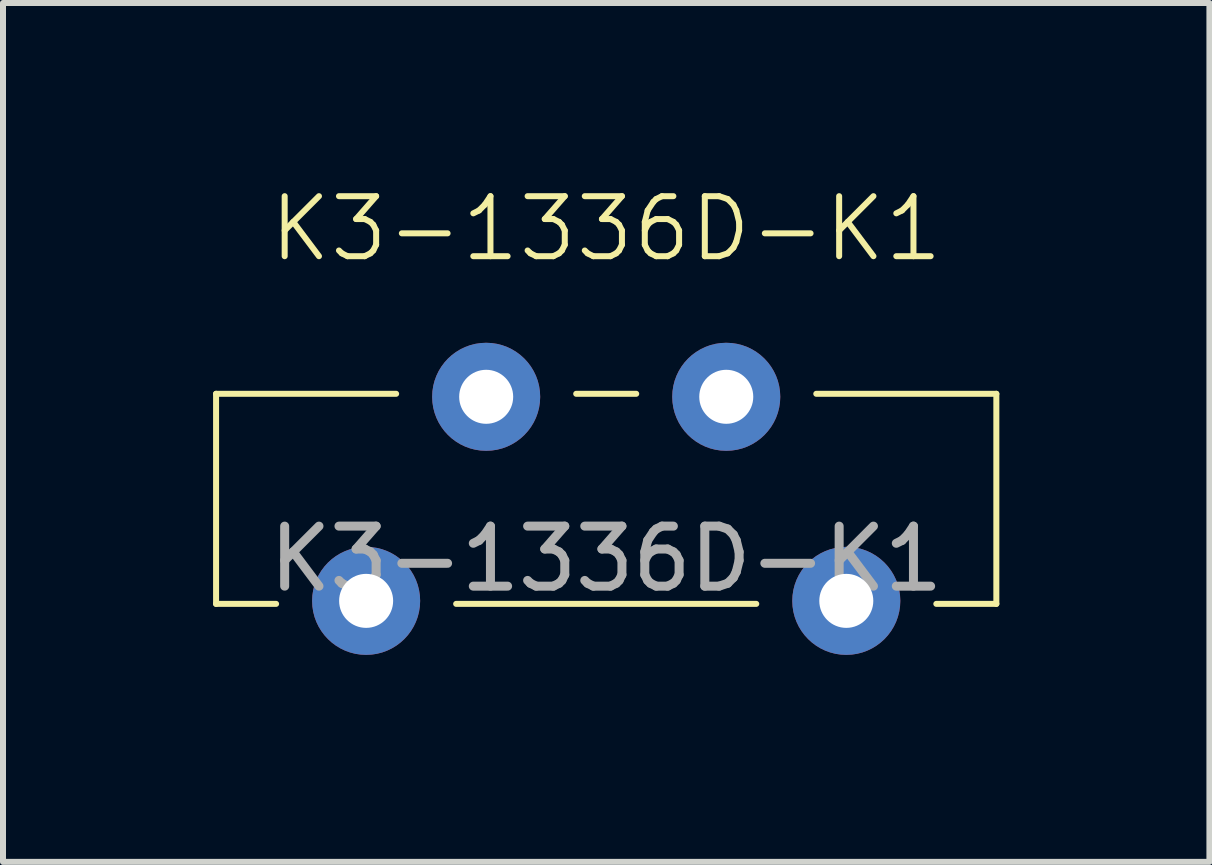
<source format=kicad_pcb>
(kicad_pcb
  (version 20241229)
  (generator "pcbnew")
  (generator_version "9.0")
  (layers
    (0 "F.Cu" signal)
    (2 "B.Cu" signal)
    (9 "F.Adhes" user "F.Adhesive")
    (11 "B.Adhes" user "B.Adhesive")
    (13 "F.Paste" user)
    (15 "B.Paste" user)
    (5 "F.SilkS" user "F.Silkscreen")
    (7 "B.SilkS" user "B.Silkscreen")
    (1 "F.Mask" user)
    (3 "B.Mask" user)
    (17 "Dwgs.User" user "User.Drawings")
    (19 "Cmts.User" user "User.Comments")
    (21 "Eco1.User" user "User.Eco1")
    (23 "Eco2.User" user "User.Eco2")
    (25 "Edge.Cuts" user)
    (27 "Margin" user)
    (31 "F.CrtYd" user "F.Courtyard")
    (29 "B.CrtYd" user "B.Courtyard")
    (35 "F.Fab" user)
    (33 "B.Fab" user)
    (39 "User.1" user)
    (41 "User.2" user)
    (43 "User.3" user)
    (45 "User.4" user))
  (footprint "K3-1336D-K1"
    (layer "F.Cu")
    (at 7.05 5.261)
    (property "Reference" "K3-1336D-K1" (at 0 -4.5 0) (unlocked yes) (layer "F.SilkS") (effects (font (size 1 1) (thickness 0.1))))
    (attr through_hole)
    (fp_line (start -6.5 -1.75) (end -6.5 1.75) (stroke (width 0.1) (type default)) (layer "F.SilkS"))
    (fp_line (start -5.5 1.75) (end -6.5 1.75) (stroke (width 0.1) (type default)) (layer "F.SilkS"))
    (fp_line (start -3.5 -1.75) (end -6.5 -1.75) (stroke (width 0.1) (type default)) (layer "F.SilkS"))
    (fp_line (start -2.5 1.75) (end 2.5 1.75) (stroke (width 0.1) (type default)) (layer "F.SilkS"))
    (fp_line (start -0.5 -1.75) (end 0.5 -1.75) (stroke (width 0.1) (type default)) (layer "F.SilkS"))
    (fp_line (start 5.5 1.75) (end 6.5 1.75) (stroke (width 0.1) (type default)) (layer "F.SilkS"))
    (fp_line (start 6.5 -1.75) (end 3.5 -1.75) (stroke (width 0.1) (type default)) (layer "F.SilkS"))
    (fp_line (start 6.5 1.75) (end 6.5 -1.75) (stroke (width 0.1) (type default)) (layer "F.SilkS"))
    (fp_rect (start -7 -3) (end 7 3) (stroke (width 0.1) (type default)) (fill no) (layer "Margin"))
    (fp_text user "${REFERENCE}" (at 0 1 0) (unlocked yes) (layer "F.Fab") (effects (font (size 1 1) (thickness 0.15))))
    (pad "1" thru_hole circle (at -2 -1.7) (size 1.8 1.8) (drill 0.9) (layers "*.Cu" "*.Mask"))
    (pad "2" thru_hole circle (at 2 -1.7) (size 1.8 1.8) (drill 0.9) (layers "*.Cu" "*.Mask"))
    (pad "3" thru_hole circle (at -4 1.7) (size 1.8 1.8) (drill 0.9) (layers "*.Cu" "*.Mask"))
    (pad "4" thru_hole circle (at 4 1.7) (size 1.8 1.8) (drill 0.9) (layers "*.Cu" "*.Mask")))
  (gr_rect
    (start -3 -3)
    (end 17.1 11.31)
    (stroke (width 0.1) (type default))
    (fill no)
    (layer "Edge.Cuts")))
</source>
